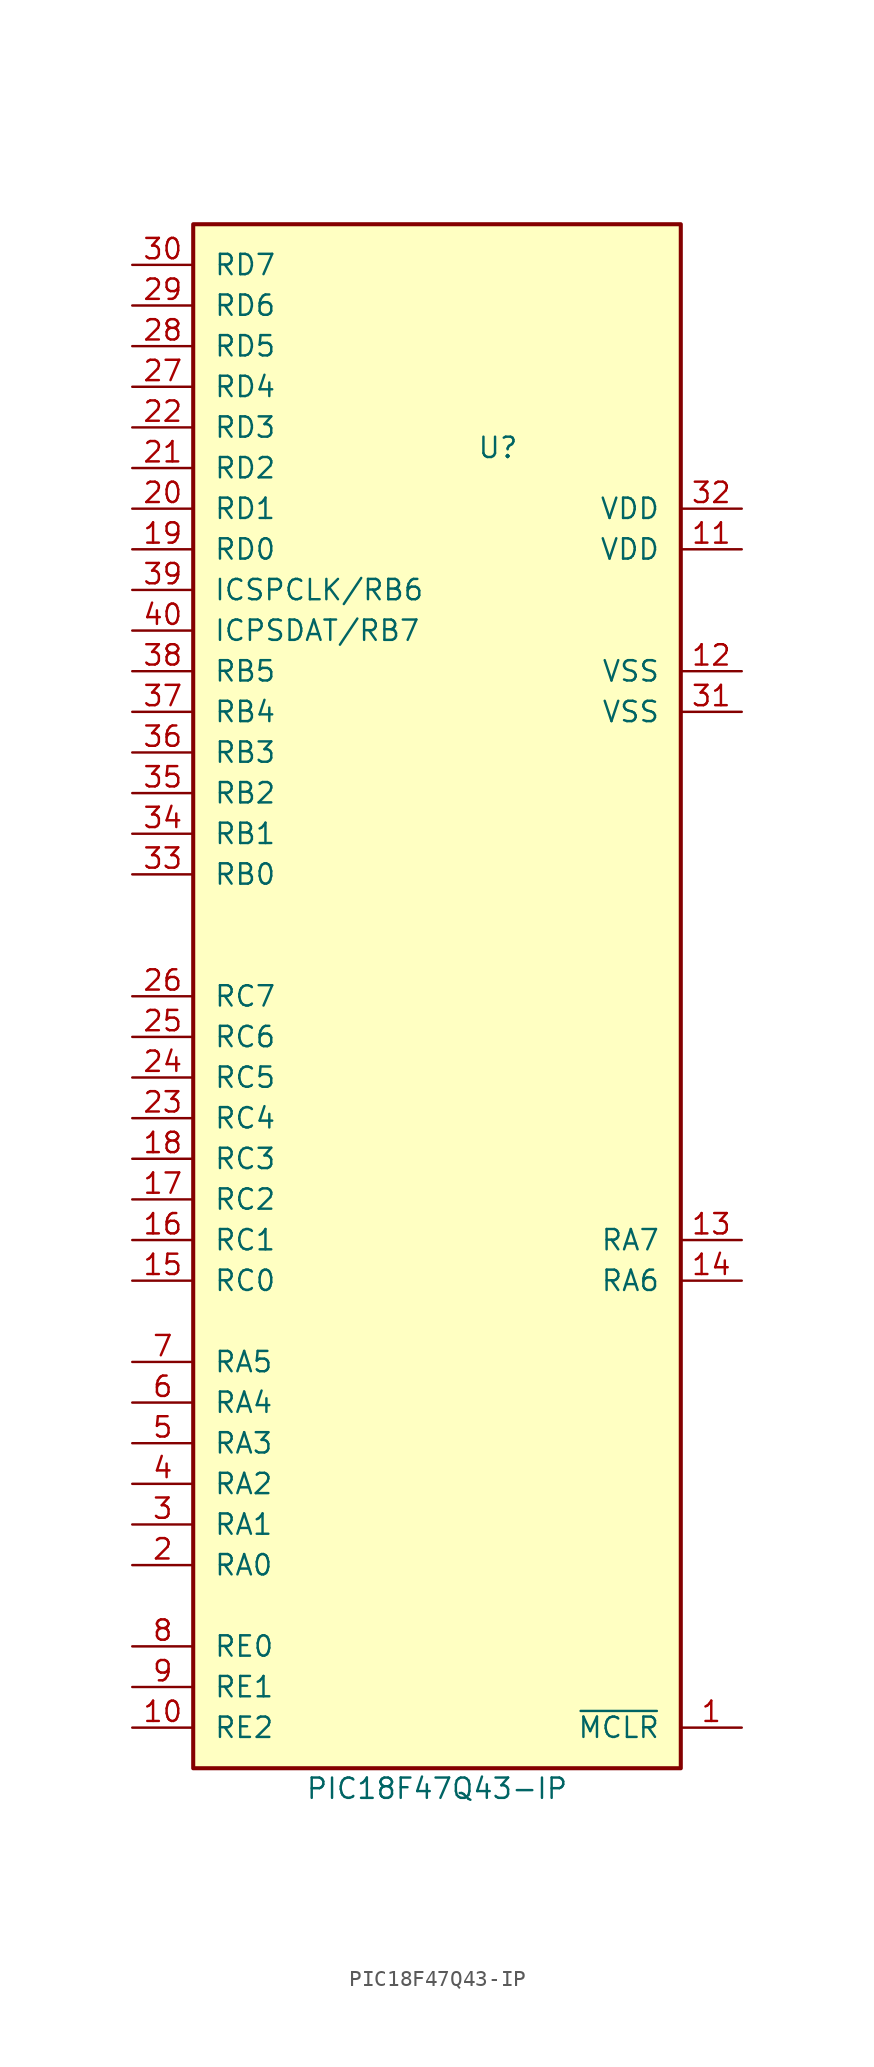
<source format=kicad_sym>
(kicad_symbol_lib
  (version 20220914)
  (generator kicad_symbol_editor)
  (symbol "PIC18F47Q43-IP"
    (pin_names
      (offset 1.27))
    (property "Reference" "U"
      (at 3.81 34.29 0)
      (effects (font (size 1.27 1.27))))
    (property "Value" "PIC18F47Q43-IP"
      (at 0 -49.53 0)
      (effects (font (size 1.27 1.27))))
    (symbol "PIC18F47Q43-IP_0_1"
      (rectangle (start -15.24 -48.26) (end 15.24 48.26) (stroke (width 0.254) (type default)) (fill (type background))))
    (symbol "PIC18F47Q43-IP_1_1"
      (pin input line (at 19.05 -45.72 180) (length 3.81) (name "~{MCLR}" (effects (font (size 1.27 1.27)))) (number "1" (effects (font (size 1.27 1.27)))))
      (pin bidirectional line (at -19.05 -45.72 0) (length 3.81) (name "RE2" (effects (font (size 1.27 1.27)))) (number "10" (effects (font (size 1.27 1.27)))))
      (pin power_in line (at 19.05 27.94 180) (length 3.81) (name "VDD" (effects (font (size 1.27 1.27)))) (number "11" (effects (font (size 1.27 1.27)))))
      (pin power_in line (at 19.05 20.32 180) (length 3.81) (name "VSS" (effects (font (size 1.27 1.27)))) (number "12" (effects (font (size 1.27 1.27)))))
      (pin input line (at 19.05 -15.24 180) (length 3.81) (name "RA7" (effects (font (size 1.27 1.27)))) (number "13" (effects (font (size 1.27 1.27)))))
      (pin output line (at 19.05 -17.78 180) (length 3.81) (name "RA6" (effects (font (size 1.27 1.27)))) (number "14" (effects (font (size 1.27 1.27)))))
      (pin bidirectional line (at -19.05 -17.78 0) (length 3.81) (name "RC0" (effects (font (size 1.27 1.27)))) (number "15" (effects (font (size 1.27 1.27)))))
      (pin bidirectional line (at -19.05 -15.24 0) (length 3.81) (name "RC1" (effects (font (size 1.27 1.27)))) (number "16" (effects (font (size 1.27 1.27)))))
      (pin bidirectional line (at -19.05 -12.7 0) (length 3.81) (name "RC2" (effects (font (size 1.27 1.27)))) (number "17" (effects (font (size 1.27 1.27)))))
      (pin bidirectional line (at -19.05 -10.16 0) (length 3.81) (name "RC3" (effects (font (size 1.27 1.27)))) (number "18" (effects (font (size 1.27 1.27)))))
      (pin bidirectional line (at -19.05 27.94 0) (length 3.81) (name "RD0" (effects (font (size 1.27 1.27)))) (number "19" (effects (font (size 1.27 1.27)))))
      (pin bidirectional line (at -19.05 -35.56 0) (length 3.81) (name "RA0" (effects (font (size 1.27 1.27)))) (number "2" (effects (font (size 1.27 1.27)))))
      (pin bidirectional line (at -19.05 30.48 0) (length 3.81) (name "RD1" (effects (font (size 1.27 1.27)))) (number "20" (effects (font (size 1.27 1.27)))))
      (pin bidirectional line (at -19.05 33.02 0) (length 3.81) (name "RD2" (effects (font (size 1.27 1.27)))) (number "21" (effects (font (size 1.27 1.27)))))
      (pin bidirectional line (at -19.05 35.56 0) (length 3.81) (name "RD3" (effects (font (size 1.27 1.27)))) (number "22" (effects (font (size 1.27 1.27)))))
      (pin bidirectional line (at -19.05 -7.62 0) (length 3.81) (name "RC4" (effects (font (size 1.27 1.27)))) (number "23" (effects (font (size 1.27 1.27)))))
      (pin bidirectional line (at -19.05 -5.08 0) (length 3.81) (name "RC5" (effects (font (size 1.27 1.27)))) (number "24" (effects (font (size 1.27 1.27)))))
      (pin bidirectional line (at -19.05 -2.54 0) (length 3.81) (name "RC6" (effects (font (size 1.27 1.27)))) (number "25" (effects (font (size 1.27 1.27)))))
      (pin bidirectional line (at -19.05 0 0) (length 3.81) (name "RC7" (effects (font (size 1.27 1.27)))) (number "26" (effects (font (size 1.27 1.27)))))
      (pin bidirectional line (at -19.05 38.1 0) (length 3.81) (name "RD4" (effects (font (size 1.27 1.27)))) (number "27" (effects (font (size 1.27 1.27)))))
      (pin bidirectional line (at -19.05 40.64 0) (length 3.81) (name "RD5" (effects (font (size 1.27 1.27)))) (number "28" (effects (font (size 1.27 1.27)))))
      (pin bidirectional line (at -19.05 43.18 0) (length 3.81) (name "RD6" (effects (font (size 1.27 1.27)))) (number "29" (effects (font (size 1.27 1.27)))))
      (pin bidirectional line (at -19.05 -33.02 0) (length 3.81) (name "RA1" (effects (font (size 1.27 1.27)))) (number "3" (effects (font (size 1.27 1.27)))))
      (pin bidirectional line (at -19.05 45.72 0) (length 3.81) (name "RD7" (effects (font (size 1.27 1.27)))) (number "30" (effects (font (size 1.27 1.27)))))
      (pin power_in line (at 19.05 17.78 180) (length 3.81) (name "VSS" (effects (font (size 1.27 1.27)))) (number "31" (effects (font (size 1.27 1.27)))))
      (pin power_in line (at 19.05 30.48 180) (length 3.81) (name "VDD" (effects (font (size 1.27 1.27)))) (number "32" (effects (font (size 1.27 1.27)))))
      (pin bidirectional line (at -19.05 7.62 0) (length 3.81) (name "RB0" (effects (font (size 1.27 1.27)))) (number "33" (effects (font (size 1.27 1.27)))))
      (pin bidirectional line (at -19.05 10.16 0) (length 3.81) (name "RB1" (effects (font (size 1.27 1.27)))) (number "34" (effects (font (size 1.27 1.27)))))
      (pin bidirectional line (at -19.05 12.7 0) (length 3.81) (name "RB2" (effects (font (size 1.27 1.27)))) (number "35" (effects (font (size 1.27 1.27)))))
      (pin bidirectional line (at -19.05 15.24 0) (length 3.81) (name "RB3" (effects (font (size 1.27 1.27)))) (number "36" (effects (font (size 1.27 1.27)))))
      (pin bidirectional line (at -19.05 17.78 0) (length 3.81) (name "RB4" (effects (font (size 1.27 1.27)))) (number "37" (effects (font (size 1.27 1.27)))))
      (pin bidirectional line (at -19.05 20.32 0) (length 3.81) (name "RB5" (effects (font (size 1.27 1.27)))) (number "38" (effects (font (size 1.27 1.27)))))
      (pin bidirectional line (at -19.05 25.4 0) (length 3.81) (name "ICSPCLK/RB6" (effects (font (size 1.27 1.27)))) (number "39" (effects (font (size 1.27 1.27)))))
      (pin bidirectional line (at -19.05 -30.48 0) (length 3.81) (name "RA2" (effects (font (size 1.27 1.27)))) (number "4" (effects (font (size 1.27 1.27)))))
      (pin bidirectional line (at -19.05 22.86 0) (length 3.81) (name "ICPSDAT/RB7" (effects (font (size 1.27 1.27)))) (number "40" (effects (font (size 1.27 1.27)))))
      (pin bidirectional line (at -19.05 -27.94 0) (length 3.81) (name "RA3" (effects (font (size 1.27 1.27)))) (number "5" (effects (font (size 1.27 1.27)))))
      (pin bidirectional line (at -19.05 -25.4 0) (length 3.81) (name "RA4" (effects (font (size 1.27 1.27)))) (number "6" (effects (font (size 1.27 1.27)))))
      (pin bidirectional line (at -19.05 -22.86 0) (length 3.81) (name "RA5" (effects (font (size 1.27 1.27)))) (number "7" (effects (font (size 1.27 1.27)))))
      (pin bidirectional line (at -19.05 -40.64 0) (length 3.81) (name "RE0" (effects (font (size 1.27 1.27)))) (number "8" (effects (font (size 1.27 1.27)))))
      (pin bidirectional line (at -19.05 -43.18 0) (length 3.81) (name "RE1" (effects (font (size 1.27 1.27)))) (number "9" (effects (font (size 1.27 1.27))))))))
</source>
